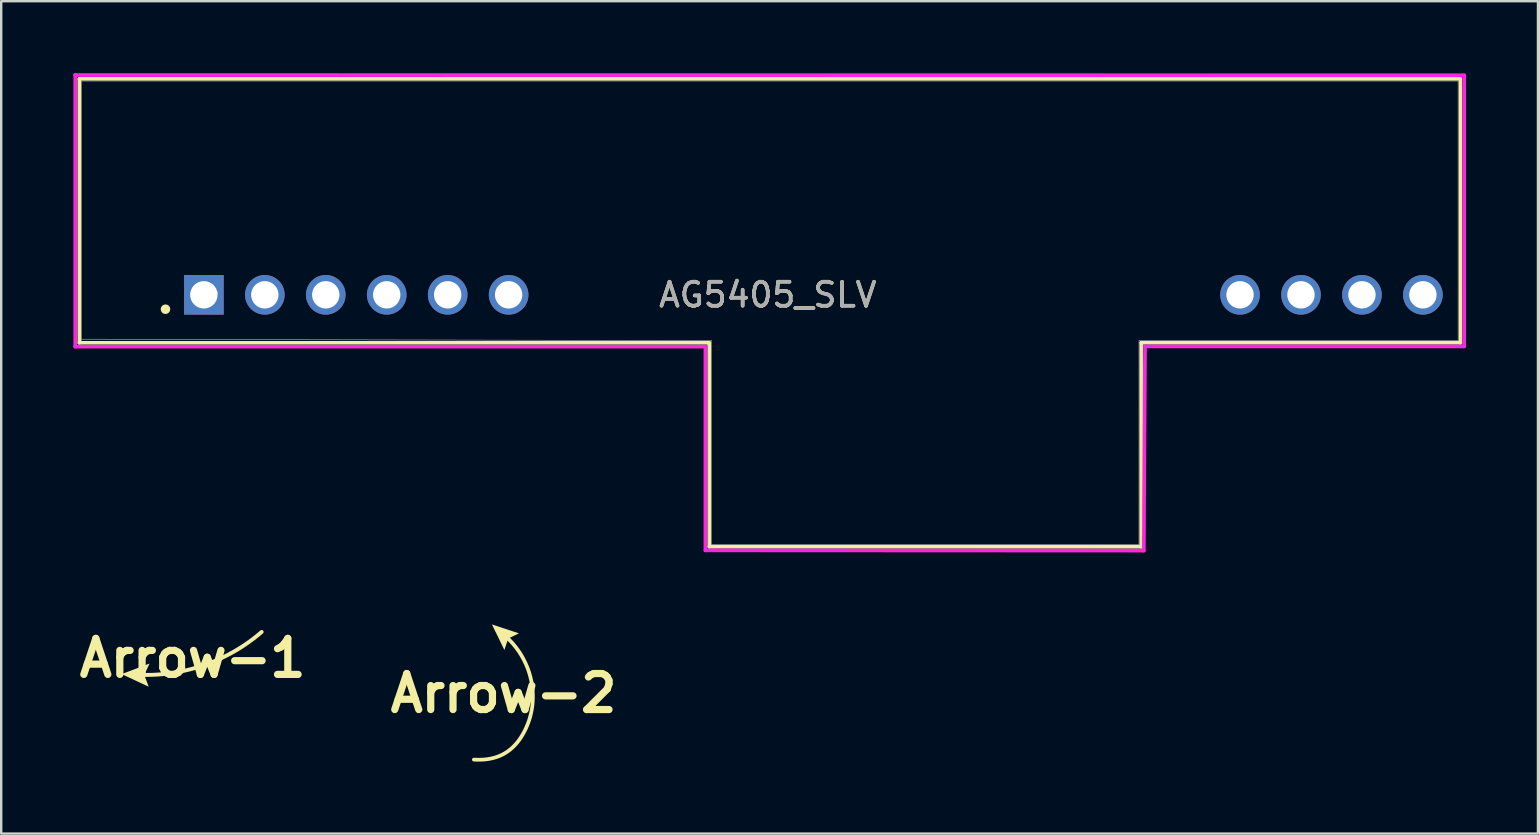
<source format=kicad_pcb>
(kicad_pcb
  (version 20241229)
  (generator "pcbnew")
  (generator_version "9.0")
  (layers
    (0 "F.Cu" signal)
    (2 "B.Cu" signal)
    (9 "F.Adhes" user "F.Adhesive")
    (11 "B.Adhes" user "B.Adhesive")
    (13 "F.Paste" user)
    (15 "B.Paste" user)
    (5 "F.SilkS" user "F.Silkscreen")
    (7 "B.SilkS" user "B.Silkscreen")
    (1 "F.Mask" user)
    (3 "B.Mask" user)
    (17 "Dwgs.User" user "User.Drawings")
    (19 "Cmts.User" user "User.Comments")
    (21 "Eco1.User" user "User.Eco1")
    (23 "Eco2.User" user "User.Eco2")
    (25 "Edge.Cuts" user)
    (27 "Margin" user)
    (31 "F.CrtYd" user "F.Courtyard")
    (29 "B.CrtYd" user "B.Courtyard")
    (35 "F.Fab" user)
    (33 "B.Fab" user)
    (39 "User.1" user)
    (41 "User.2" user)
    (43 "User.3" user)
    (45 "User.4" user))
  (footprint "AG5405_SLV"
    (layer "F.Cu")
    (at 5.446 9.236)
    (property "Reference" "AG5405_SLV" (at 23.5 0 0) (unlocked yes) (layer "F.SilkS") (effects (font (size 1 1) (thickness 0.15))))
    (attr through_hole)
    (fp_line (start -5.19 -9) (end -5.19 2) (stroke (width 0.152) (type solid)) (layer "F.SilkS"))
    (fp_line (start -5.19 2) (end 21.06 2) (stroke (width 0.152) (type default)) (layer "F.SilkS"))
    (fp_line (start 21.06 10.5) (end 21.06 2) (stroke (width 0.152) (type default)) (layer "F.SilkS"))
    (fp_line (start 21.06 10.5) (end 39.06 10.5) (stroke (width 0.152) (type default)) (layer "F.SilkS"))
    (fp_line (start 39.06 2) (end 52.366 2) (stroke (width 0.152) (type solid)) (layer "F.SilkS"))
    (fp_line (start 39.06 10.5) (end 39.06 2) (stroke (width 0.152) (type default)) (layer "F.SilkS"))
    (fp_line (start 52.366 -9) (end -5.19 -9) (stroke (width 0.152) (type solid)) (layer "F.SilkS"))
    (fp_line (start 52.366 2) (end 52.366 -9) (stroke (width 0.152) (type solid)) (layer "F.SilkS"))
    (fp_circle (center -1.6 0.6) (end -1.5 0.6) (stroke (width 0.2) (type solid)) (fill no) (layer "F.SilkS"))
    (fp_line (start -5.37 -9.16) (end 52.52 -9.15) (stroke (width 0.152) (type solid)) (layer "F.CrtYd"))
    (fp_line (start -5.36 2.16) (end -5.36 -9.16) (stroke (width 0.152) (type solid)) (layer "F.CrtYd"))
    (fp_line (start 20.9 2.16) (end -5.36 2.16) (stroke (width 0.152) (type solid)) (layer "F.CrtYd"))
    (fp_line (start 20.9 10.65) (end 20.9 2.16) (stroke (width 0.152) (type solid)) (layer "F.CrtYd"))
    (fp_line (start 39.17 10.66) (end 20.9 10.65) (stroke (width 0.152) (type solid)) (layer "F.CrtYd"))
    (fp_line (start 39.17 10.66) (end 39.22 2.15) (stroke (width 0.152) (type solid)) (layer "F.CrtYd"))
    (fp_line (start 52.52 -9.15) (end 52.52 2.15) (stroke (width 0.152) (type solid)) (layer "F.CrtYd"))
    (fp_line (start 52.52 2.15) (end 39.22 2.15) (stroke (width 0.152) (type solid)) (layer "F.CrtYd"))
    (fp_line (start -5.1 -8.91) (end -5.1 1.91) (stroke (width 0.025) (type solid)) (layer "F.Fab"))
    (fp_line (start -5.1 1.85) (end 21.15 1.91) (stroke (width 0.025) (type solid)) (layer "F.Fab"))
    (fp_line (start 21.15 10.41) (end 21.15 1.91) (stroke (width 0.025) (type solid)) (layer "F.Fab"))
    (fp_line (start 21.15 10.41) (end 38.97 10.41) (stroke (width 0.025) (type solid)) (layer "F.Fab"))
    (fp_line (start 38.97 1.91) (end 52.27 1.91) (stroke (width 0.025) (type solid)) (layer "F.Fab"))
    (fp_line (start 38.97 10.41) (end 38.97 1.91) (stroke (width 0.025) (type solid)) (layer "F.Fab"))
    (fp_line (start 52.27 -8.91) (end -5.1 -8.91) (stroke (width 0.025) (type solid)) (layer "F.Fab"))
    (fp_line (start 52.27 1.91) (end 52.27 -8.91) (stroke (width 0.025) (type solid)) (layer "F.Fab"))
    (fp_text user "*" (at 0.254 0.308 0) (layer "F.Fab") (effects (font (size 1 1) (thickness 0.15))))
    (fp_text user "${REFERENCE}" (at 23.5 0 0) (unlocked yes) (layer "F.Fab") (effects (font (size 1 1) (thickness 0.15))))
    (fp_text user "*" (at 0.254 0.308 0) (unlocked yes) (layer "F.Fab") (effects (font (size 1 1) (thickness 0.15))))
    (pad "1" thru_hole rect (at 0 0) (size 1.651 1.651) (drill 1.143) (layers "*.Cu" "*.Mask"))
    (pad "2" thru_hole circle (at 2.54 0) (size 1.651 1.651) (drill 1.143) (layers "*.Cu" "*.Mask"))
    (pad "3" thru_hole circle (at 5.08 0) (size 1.651 1.651) (drill 1.143) (layers "*.Cu" "*.Mask"))
    (pad "4" thru_hole circle (at 7.62 0) (size 1.651 1.651) (drill 1.143) (layers "*.Cu" "*.Mask"))
    (pad "5" thru_hole circle (at 10.16 0) (size 1.651 1.651) (drill 1.143) (layers "*.Cu" "*.Mask"))
    (pad "6" thru_hole circle (at 12.7 0) (size 1.651 1.651) (drill 1.143) (layers "*.Cu" "*.Mask"))
    (pad "7" thru_hole circle (at 43.18 0) (size 1.651 1.651) (drill 1.143) (layers "*.Cu" "*.Mask"))
    (pad "8" thru_hole circle (at 45.72 0) (size 1.651 1.651) (drill 1.143) (layers "*.Cu" "*.Mask"))
    (pad "9" thru_hole circle (at 48.26 0) (size 1.651 1.651) (drill 1.143) (layers "*.Cu" "*.Mask"))
    (pad "10" thru_hole circle (at 50.8 0) (size 1.651 1.651) (drill 1.143) (layers "*.Cu" "*.Mask")))
  (footprint "Arrow-2"
    (layer "F.Cu")
    (at 17.936 25.841)
    (property "Reference" "Arrow-2" (at 0 0 0) (layer "F.SilkS") (effects (font (size 1.5 1.5) (thickness 0.3))))
    (attr board_only exclude_from_pos_files exclude_from_bom)
    (fp_poly (pts (xy -0.481 -2.867) (xy -0.473 -2.865) (xy -0.461 -2.861) (xy -0.443 -2.855) (xy -0.422 -2.848) (xy -0.397 -2.84) (xy -0.368 -2.831) (xy -0.336 -2.82) (xy -0.301 -2.809) (xy -0.263 -2.796) (xy -0.224 -2.783) (xy -0.181 -2.769) (xy -0.138 -2.755) (xy -0.093 -2.74) (xy -0.046 -2.725) (xy 0.001 -2.709) (xy 0.048 -2.694) (xy 0.096 -2.678) (xy 0.144 -2.662) (xy 0.191 -2.646) (xy 0.237 -2.631) (xy 0.283 -2.616) (xy 0.327 -2.602) (xy 0.369 -2.587) (xy 0.409 -2.574) (xy 0.447 -2.561) (xy 0.483 -2.55) (xy 0.516 -2.539) (xy 0.545 -2.529) (xy 0.571 -2.52) (xy 0.593 -2.513) (xy 0.611 -2.507) (xy 0.625 -2.502) (xy 0.634 -2.499) (xy 0.637 -2.498) (xy 0.638 -2.498) (xy 0.635 -2.496) (xy 0.628 -2.493) (xy 0.617 -2.487) (xy 0.602 -2.479) (xy 0.583 -2.47) (xy 0.561 -2.459) (xy 0.536 -2.447) (xy 0.509 -2.434) (xy 0.48 -2.419) (xy 0.451 -2.406) (xy 0.421 -2.391) (xy 0.392 -2.377) (xy 0.365 -2.364) (xy 0.34 -2.352) (xy 0.318 -2.341) (xy 0.299 -2.332) (xy 0.283 -2.324) (xy 0.272 -2.319) (xy 0.265 -2.315) (xy 0.263 -2.314) (xy 0.264 -2.312) (xy 0.269 -2.306) (xy 0.277 -2.297) (xy 0.288 -2.286) (xy 0.301 -2.273) (xy 0.315 -2.258) (xy 0.317 -2.257) (xy 0.405 -2.164) (xy 0.49 -2.066) (xy 0.573 -1.964) (xy 0.651 -1.859) (xy 0.726 -1.75) (xy 0.796 -1.639) (xy 0.852 -1.544) (xy 0.919 -1.419) (xy 0.981 -1.292) (xy 1.037 -1.164) (xy 1.088 -1.034) (xy 1.134 -0.902) (xy 1.171 -0.78) (xy 1.202 -0.66) (xy 1.23 -0.539) (xy 1.252 -0.419) (xy 1.27 -0.3) (xy 1.274 -0.271) (xy 1.274 -0.263) (xy 1.276 -0.252) (xy 1.277 -0.24) (xy 1.278 -0.238) (xy 1.279 -0.223) (xy 1.281 -0.206) (xy 1.282 -0.193) (xy 1.283 -0.182) (xy 1.284 -0.173) (xy 1.285 -0.169) (xy 1.285 -0.168) (xy 1.285 -0.165) (xy 1.286 -0.157) (xy 1.287 -0.146) (xy 1.288 -0.135) (xy 1.289 -0.122) (xy 1.289 -0.11) (xy 1.29 -0.101) (xy 1.291 -0.097) (xy 1.291 -0.092) (xy 1.292 -0.082) (xy 1.292 -0.069) (xy 1.293 -0.054) (xy 1.293 -0.047) (xy 1.294 -0.031) (xy 1.295 -0.016) (xy 1.296 -0.004) (xy 1.296 0.004) (xy 1.296 0.006) (xy 1.297 0.011) (xy 1.297 0.022) (xy 1.297 0.037) (xy 1.297 0.055) (xy 1.298 0.077) (xy 1.298 0.1) (xy 1.298 0.124) (xy 1.298 0.149) (xy 1.298 0.173) (xy 1.298 0.196) (xy 1.297 0.218) (xy 1.297 0.237) (xy 1.297 0.253) (xy 1.297 0.265) (xy 1.297 0.272) (xy 1.296 0.272) (xy 1.296 0.281) (xy 1.295 0.294) (xy 1.294 0.308) (xy 1.293 0.321) (xy 1.292 0.339) (xy 1.291 0.36) (xy 1.29 0.382) (xy 1.288 0.402) (xy 1.287 0.421) (xy 1.285 0.436) (xy 1.285 0.439) (xy 1.284 0.449) (xy 1.283 0.462) (xy 1.282 0.471) (xy 1.277 0.513) (xy 1.272 0.559) (xy 1.265 0.609) (xy 1.256 0.661) (xy 1.247 0.713) (xy 1.237 0.766) (xy 1.233 0.787) (xy 1.206 0.908) (xy 1.174 1.029) (xy 1.137 1.149) (xy 1.095 1.267) (xy 1.049 1.384) (xy 0.999 1.498) (xy 0.944 1.61) (xy 0.886 1.718) (xy 0.824 1.823) (xy 0.759 1.924) (xy 0.712 1.991) (xy 0.644 2.08) (xy 0.574 2.164) (xy 0.5 2.243) (xy 0.424 2.318) (xy 0.345 2.388) (xy 0.264 2.452) (xy 0.179 2.512) (xy 0.092 2.567) (xy 0.003 2.616) (xy -0.089 2.661) (xy -0.092 2.662) (xy -0.187 2.702) (xy -0.284 2.736) (xy -0.385 2.766) (xy -0.488 2.791) (xy -0.595 2.812) (xy -0.679 2.825) (xy -0.713 2.829) (xy -0.743 2.833) (xy -0.769 2.835) (xy -0.795 2.838) (xy -0.817 2.839) (xy -0.83 2.84) (xy -0.84 2.841) (xy -0.847 2.842) (xy -0.849 2.842) (xy -0.853 2.843) (xy -0.862 2.843) (xy -0.875 2.844) (xy -0.892 2.844) (xy -0.911 2.845) (xy -0.932 2.845) (xy -0.955 2.846) (xy -0.978 2.846) (xy -1.001 2.847) (xy -1.023 2.847) (xy -1.043 2.847) (xy -1.061 2.848) (xy -1.076 2.848) (xy -1.088 2.848) (xy -1.094 2.847) (xy -1.096 2.847) (xy -1.099 2.847) (xy -1.107 2.847) (xy -1.118 2.846) (xy -1.132 2.846) (xy -1.137 2.846) (xy -1.169 2.845) (xy -1.196 2.845) (xy -1.219 2.843) (xy -1.237 2.841) (xy -1.252 2.839) (xy -1.265 2.836) (xy -1.275 2.832) (xy -1.283 2.827) (xy -1.291 2.82) (xy -1.294 2.817) (xy -1.306 2.8) (xy -1.313 2.782) (xy -1.315 2.762) (xy -1.312 2.743) (xy -1.305 2.725) (xy -1.293 2.709) (xy -1.287 2.704) (xy -1.279 2.698) (xy -1.271 2.693) (xy -1.262 2.69) (xy -1.25 2.688) (xy -1.236 2.688) (xy -1.219 2.688) (xy -1.198 2.688) (xy -1.173 2.689) (xy -1.144 2.69) (xy -1.112 2.691) (xy -1.078 2.691) (xy -1.042 2.691) (xy -1.006 2.691) (xy -0.971 2.69) (xy -0.937 2.689) (xy -0.906 2.689) (xy -0.878 2.688) (xy -0.854 2.686) (xy -0.84 2.685) (xy -0.822 2.684) (xy -0.805 2.683) (xy -0.791 2.681) (xy -0.781 2.68) (xy -0.774 2.68) (xy -0.773 2.68) (xy -0.768 2.679) (xy -0.759 2.678) (xy -0.748 2.677) (xy -0.747 2.677) (xy -0.719 2.674) (xy -0.687 2.669) (xy -0.652 2.664) (xy -0.614 2.657) (xy -0.576 2.65) (xy -0.538 2.643) (xy -0.502 2.635) (xy -0.468 2.627) (xy -0.454 2.624) (xy -0.356 2.596) (xy -0.262 2.564) (xy -0.17 2.526) (xy -0.081 2.484) (xy 0.006 2.437) (xy 0.089 2.385) (xy 0.17 2.328) (xy 0.248 2.266) (xy 0.324 2.199) (xy 0.396 2.127) (xy 0.467 2.05) (xy 0.534 1.969) (xy 0.599 1.882) (xy 0.661 1.79) (xy 0.721 1.693) (xy 0.778 1.591) (xy 0.827 1.496) (xy 0.882 1.377) (xy 0.932 1.257) (xy 0.977 1.137) (xy 1.016 1.014) (xy 1.05 0.889) (xy 1.078 0.771) (xy 1.087 0.726) (xy 1.096 0.678) (xy 1.104 0.628) (xy 1.112 0.577) (xy 1.119 0.527) (xy 1.125 0.479) (xy 1.129 0.433) (xy 1.133 0.392) (xy 1.134 0.378) (xy 1.135 0.365) (xy 1.136 0.354) (xy 1.136 0.345) (xy 1.137 0.343) (xy 1.138 0.332) (xy 1.139 0.316) (xy 1.14 0.296) (xy 1.14 0.272) (xy 1.141 0.245) (xy 1.142 0.216) (xy 1.142 0.185) (xy 1.142 0.153) (xy 1.142 0.12) (xy 1.142 0.088) (xy 1.142 0.057) (xy 1.141 0.028) (xy 1.14 0.001) (xy 1.14 -0.024) (xy 1.139 -0.044) (xy 1.138 -0.06) (xy 1.137 -0.071) (xy 1.137 -0.072) (xy 1.136 -0.077) (xy 1.135 -0.087) (xy 1.134 -0.099) (xy 1.134 -0.107) (xy 1.132 -0.129) (xy 1.13 -0.155) (xy 1.127 -0.184) (xy 1.124 -0.215) (xy 1.12 -0.245) (xy 1.117 -0.273) (xy 1.114 -0.297) (xy 1.091 -0.434) (xy 1.063 -0.569) (xy 1.03 -0.703) (xy 0.992 -0.834) (xy 0.948 -0.964) (xy 0.899 -1.092) (xy 0.845 -1.217) (xy 0.785 -1.34) (xy 0.72 -1.462) (xy 0.676 -1.537) (xy 0.604 -1.652) (xy 0.528 -1.764) (xy 0.447 -1.872) (xy 0.362 -1.977) (xy 0.294 -2.055) (xy 0.281 -2.069) (xy 0.266 -2.085) (xy 0.251 -2.101) (xy 0.236 -2.117) (xy 0.221 -2.133) (xy 0.206 -2.148) (xy 0.193 -2.161) (xy 0.181 -2.173) (xy 0.172 -2.182) (xy 0.165 -2.188) (xy 0.162 -2.19) (xy 0.162 -2.19) (xy 0.161 -2.187) (xy 0.158 -2.18) (xy 0.154 -2.167) (xy 0.148 -2.151) (xy 0.142 -2.13) (xy 0.134 -2.107) (xy 0.125 -2.081) (xy 0.116 -2.052) (xy 0.106 -2.022) (xy 0.098 -1.999) (xy 0.088 -1.968) (xy 0.078 -1.938) (xy 0.069 -1.91) (xy 0.061 -1.884) (xy 0.053 -1.862) (xy 0.047 -1.842) (xy 0.041 -1.827) (xy 0.038 -1.816) (xy 0.035 -1.809) (xy 0.034 -1.807) (xy 0.033 -1.809) (xy 0.029 -1.815) (xy 0.023 -1.825) (xy 0.016 -1.839) (xy 0.009 -1.854) (xy 0.005 -1.862) (xy -0.004 -1.88) (xy -0.015 -1.902) (xy -0.027 -1.926) (xy -0.039 -1.951) (xy -0.051 -1.976) (xy -0.06 -1.995) (xy -0.07 -2.016) (xy -0.081 -2.038) (xy -0.091 -2.058) (xy -0.1 -2.076) (xy -0.107 -2.091) (xy -0.112 -2.103) (xy -0.113 -2.103) (xy -0.118 -2.114) (xy -0.125 -2.13) (xy -0.134 -2.148) (xy -0.144 -2.168) (xy -0.154 -2.189) (xy -0.164 -2.209) (xy -0.175 -2.231) (xy -0.186 -2.254) (xy -0.197 -2.277) (xy -0.208 -2.298) (xy -0.217 -2.317) (xy -0.222 -2.329) (xy -0.231 -2.345) (xy -0.24 -2.365) (xy -0.251 -2.388) (xy -0.262 -2.41) (xy -0.273 -2.432) (xy -0.275 -2.437) (xy -0.306 -2.5) (xy -0.338 -2.566) (xy -0.372 -2.635) (xy -0.375 -2.642) (xy -0.381 -2.656) (xy -0.39 -2.673) (xy -0.4 -2.693) (xy -0.411 -2.716) (xy -0.422 -2.739) (xy -0.434 -2.763) (xy -0.44 -2.776) (xy -0.451 -2.797) (xy -0.46 -2.817) (xy -0.468 -2.834) (xy -0.475 -2.848) (xy -0.48 -2.859) (xy -0.483 -2.866) (xy -0.484 -2.868)) (stroke (width 0) (type solid)) (fill yes) (layer "F.SilkS")))
  (footprint "Arrow-1"
    (layer "F.Cu")
    (at 4.979 24.376)
    (property "Reference" "Arrow-1" (at 0 0 0) (layer "F.SilkS") (effects (font (size 1.5 1.5) (thickness 0.3))))
    (attr board_only exclude_from_pos_files exclude_from_bom)
    (fp_poly (pts (xy 2.898 -1.169) (xy 2.917 -1.161) (xy 2.933 -1.149) (xy 2.945 -1.133) (xy 2.953 -1.113) (xy 2.955 -1.091) (xy 2.955 -1.091) (xy 2.955 -1.079) (xy 2.953 -1.069) (xy 2.95 -1.059) (xy 2.945 -1.05) (xy 2.937 -1.04) (xy 2.926 -1.028) (xy 2.911 -1.015) (xy 2.892 -0.999) (xy 2.892 -0.998) (xy 2.734 -0.867) (xy 2.573 -0.741) (xy 2.409 -0.619) (xy 2.242 -0.502) (xy 2.071 -0.39) (xy 1.899 -0.282) (xy 1.724 -0.181) (xy 1.59 -0.107) (xy 1.4 -0.009) (xy 1.207 0.083) (xy 1.014 0.17) (xy 0.818 0.251) (xy 0.62 0.327) (xy 0.42 0.397) (xy 0.219 0.461) (xy 0.015 0.519) (xy -0.19 0.572) (xy -0.396 0.619) (xy -0.605 0.661) (xy -0.701 0.678) (xy -0.761 0.688) (xy -0.825 0.698) (xy -0.892 0.707) (xy -0.961 0.717) (xy -1.029 0.725) (xy -1.097 0.734) (xy -1.161 0.741) (xy -1.222 0.747) (xy -1.231 0.748) (xy -1.243 0.749) (xy -1.254 0.75) (xy -1.26 0.751) (xy -1.268 0.752) (xy -1.279 0.752) (xy -1.292 0.754) (xy -1.296 0.754) (xy -1.309 0.755) (xy -1.321 0.756) (xy -1.33 0.757) (xy -1.331 0.757) (xy -1.337 0.757) (xy -1.348 0.758) (xy -1.363 0.759) (xy -1.381 0.761) (xy -1.401 0.762) (xy -1.41 0.763) (xy -1.431 0.764) (xy -1.451 0.765) (xy -1.469 0.767) (xy -1.484 0.768) (xy -1.494 0.768) (xy -1.497 0.769) (xy -1.507 0.769) (xy -1.521 0.77) (xy -1.537 0.771) (xy -1.555 0.772) (xy -1.558 0.772) (xy -1.575 0.772) (xy -1.591 0.773) (xy -1.605 0.774) (xy -1.615 0.774) (xy -1.616 0.775) (xy -1.627 0.775) (xy -1.642 0.776) (xy -1.662 0.777) (xy -1.686 0.777) (xy -1.713 0.778) (xy -1.743 0.778) (xy -1.775 0.779) (xy -1.808 0.78) (xy -1.842 0.78) (xy -1.876 0.78) (xy -1.88 0.78) (xy -1.904 0.781) (xy -1.927 0.781) (xy -1.947 0.781) (xy -1.963 0.782) (xy -1.976 0.782) (xy -1.984 0.782) (xy -1.986 0.782) (xy -1.986 0.785) (xy -1.983 0.793) (xy -1.979 0.804) (xy -1.974 0.819) (xy -1.969 0.831) (xy -1.957 0.861) (xy -1.945 0.893) (xy -1.933 0.925) (xy -1.92 0.957) (xy -1.908 0.989) (xy -1.896 1.02) (xy -1.885 1.05) (xy -1.874 1.079) (xy -1.864 1.105) (xy -1.855 1.128) (xy -1.848 1.149) (xy -1.842 1.166) (xy -1.837 1.178) (xy -1.834 1.186) (xy -1.833 1.189) (xy -1.833 1.189) (xy -1.836 1.188) (xy -1.844 1.185) (xy -1.856 1.18) (xy -1.871 1.173) (xy -1.89 1.164) (xy -1.911 1.154) (xy -1.935 1.143) (xy -1.945 1.139) (xy -1.97 1.127) (xy -1.993 1.116) (xy -2.015 1.106) (xy -2.036 1.096) (xy -2.056 1.086) (xy -2.076 1.077) (xy -2.095 1.068) (xy -2.115 1.059) (xy -2.135 1.05) (xy -2.155 1.04) (xy -2.176 1.03) (xy -2.198 1.02) (xy -2.222 1.009) (xy -2.247 0.997) (xy -2.274 0.985) (xy -2.304 0.971) (xy -2.336 0.956) (xy -2.37 0.94) (xy -2.407 0.923) (xy -2.448 0.904) (xy -2.492 0.883) (xy -2.54 0.861) (xy -2.593 0.836) (xy -2.649 0.81) (xy -2.71 0.782) (xy -2.776 0.751) (xy -2.847 0.718) (xy -2.848 0.717) (xy -2.872 0.706) (xy -2.893 0.696) (xy -2.912 0.687) (xy -2.928 0.679) (xy -2.941 0.672) (xy -2.949 0.668) (xy -2.953 0.666) (xy -2.953 0.665) (xy -2.95 0.664) (xy -2.942 0.661) (xy -2.929 0.656) (xy -2.911 0.649) (xy -2.89 0.641) (xy -2.864 0.631) (xy -2.836 0.62) (xy -2.805 0.608) (xy -2.771 0.595) (xy -2.735 0.582) (xy -2.697 0.567) (xy -2.685 0.563) (xy -2.642 0.546) (xy -2.597 0.529) (xy -2.551 0.512) (xy -2.504 0.494) (xy -2.458 0.476) (xy -2.412 0.459) (xy -2.369 0.443) (xy -2.329 0.428) (xy -2.292 0.414) (xy -2.26 0.402) (xy -2.246 0.396) (xy -2.213 0.384) (xy -2.179 0.371) (xy -2.145 0.358) (xy -2.112 0.346) (xy -2.081 0.334) (xy -2.053 0.323) (xy -2.028 0.314) (xy -2.007 0.306) (xy -1.996 0.301) (xy -1.971 0.292) (xy -1.945 0.282) (xy -1.918 0.272) (xy -1.892 0.262) (xy -1.87 0.254) (xy -1.858 0.249) (xy -1.841 0.243) (xy -1.825 0.237) (xy -1.812 0.232) (xy -1.803 0.229) (xy -1.798 0.228) (xy -1.798 0.228) (xy -1.798 0.229) (xy -1.799 0.233) (xy -1.802 0.239) (xy -1.806 0.249) (xy -1.812 0.262) (xy -1.821 0.28) (xy -1.831 0.302) (xy -1.836 0.313) (xy -1.85 0.342) (xy -1.862 0.367) (xy -1.872 0.388) (xy -1.879 0.405) (xy -1.882 0.41) (xy -1.889 0.426) (xy -1.897 0.441) (xy -1.905 0.459) (xy -1.914 0.479) (xy -1.925 0.502) (xy -1.938 0.529) (xy -1.939 0.531) (xy -1.947 0.549) (xy -1.955 0.566) (xy -1.962 0.581) (xy -1.967 0.592) (xy -1.971 0.599) (xy -1.971 0.6) (xy -1.975 0.608) (xy -1.978 0.615) (xy -1.979 0.616) (xy -1.976 0.617) (xy -1.968 0.617) (xy -1.955 0.617) (xy -1.939 0.617) (xy -1.919 0.617) (xy -1.896 0.617) (xy -1.871 0.617) (xy -1.845 0.617) (xy -1.819 0.617) (xy -1.792 0.617) (xy -1.765 0.616) (xy -1.74 0.616) (xy -1.717 0.616) (xy -1.697 0.615) (xy -1.679 0.615) (xy -1.666 0.614) (xy -1.656 0.614) (xy -1.654 0.614) (xy -1.647 0.613) (xy -1.636 0.612) (xy -1.621 0.612) (xy -1.605 0.611) (xy -1.596 0.611) (xy -1.577 0.61) (xy -1.556 0.609) (xy -1.531 0.607) (xy -1.505 0.606) (xy -1.477 0.604) (xy -1.449 0.602) (xy -1.422 0.601) (xy -1.396 0.599) (xy -1.372 0.597) (xy -1.351 0.596) (xy -1.334 0.594) (xy -1.321 0.593) (xy -1.316 0.593) (xy -1.308 0.592) (xy -1.296 0.591) (xy -1.284 0.589) (xy -1.284 0.589) (xy -1.255 0.587) (xy -1.221 0.584) (xy -1.183 0.58) (xy -1.142 0.575) (xy -1.1 0.57) (xy -1.056 0.565) (xy -1.013 0.559) (xy -0.97 0.554) (xy -0.93 0.549) (xy -0.892 0.543) (xy -0.859 0.538) (xy -0.842 0.536) (xy -0.652 0.503) (xy -0.466 0.467) (xy -0.284 0.427) (xy -0.106 0.383) (xy 0.071 0.335) (xy 0.245 0.283) (xy 0.418 0.226) (xy 0.59 0.164) (xy 0.762 0.098) (xy 0.769 0.096) (xy 0.951 0.02) (xy 1.132 -0.062) (xy 1.311 -0.147) (xy 1.487 -0.238) (xy 1.66 -0.333) (xy 1.831 -0.432) (xy 1.998 -0.536) (xy 2.161 -0.643) (xy 2.32 -0.755) (xy 2.475 -0.87) (xy 2.626 -0.988) (xy 2.772 -1.11) (xy 2.79 -1.125) (xy 2.807 -1.14) (xy 2.822 -1.152) (xy 2.834 -1.16) (xy 2.845 -1.166) (xy 2.854 -1.169) (xy 2.865 -1.171) (xy 2.876 -1.171)) (stroke (width 0) (type solid)) (fill yes) (layer "F.SilkS")))
  (gr_rect
    (start -3 -3)
    (end 61.042 31.688)
    (stroke (width 0.1) (type default))
    (fill no)
    (layer "Edge.Cuts")))
</source>
